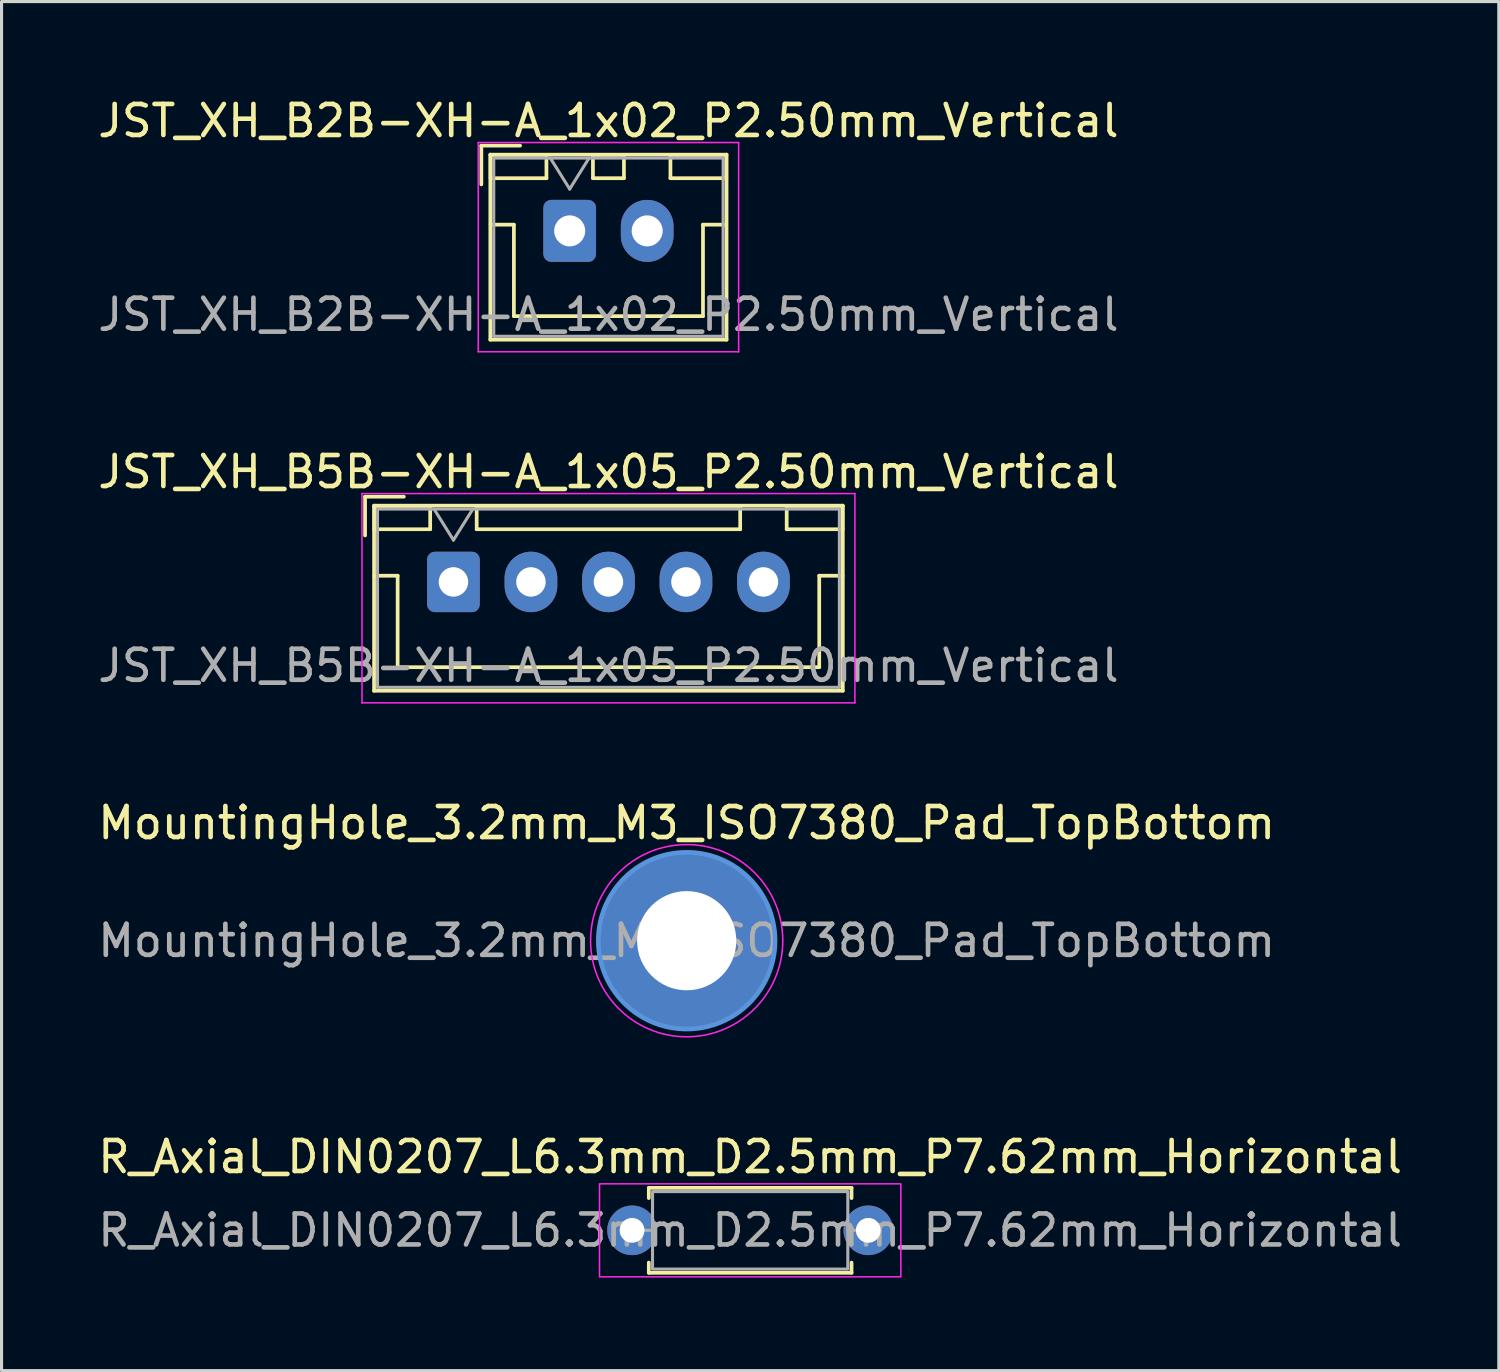
<source format=kicad_pcb>
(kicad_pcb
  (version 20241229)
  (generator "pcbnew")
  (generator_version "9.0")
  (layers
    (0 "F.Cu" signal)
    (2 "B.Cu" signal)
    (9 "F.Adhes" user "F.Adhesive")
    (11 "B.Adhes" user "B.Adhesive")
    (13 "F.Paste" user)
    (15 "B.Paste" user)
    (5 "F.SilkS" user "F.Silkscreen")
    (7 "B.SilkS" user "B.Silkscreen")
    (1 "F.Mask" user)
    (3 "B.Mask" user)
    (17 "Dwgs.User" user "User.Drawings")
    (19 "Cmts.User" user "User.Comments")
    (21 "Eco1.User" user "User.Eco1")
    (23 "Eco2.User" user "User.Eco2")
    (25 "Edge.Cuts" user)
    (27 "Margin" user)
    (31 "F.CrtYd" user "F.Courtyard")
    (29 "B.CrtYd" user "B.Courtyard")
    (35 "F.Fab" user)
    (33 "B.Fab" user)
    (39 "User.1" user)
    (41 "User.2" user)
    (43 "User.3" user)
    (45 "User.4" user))
  (footprint "JST_XH_B5B-XH-A_1x05_P2.50mm_Vertical"
    (layer "F.Cu")
    (at 11.577 15.722)
    (property "Reference" "JST_XH_B5B-XH-A_1x05_P2.50mm_Vertical" (at 5 -3.55 0) (layer "F.SilkS") (effects (font (size 1 1) (thickness 0.15))))
    (attr through_hole)
    (fp_line (start -2.85 -2.75) (end -2.85 -1.5) (stroke (width 0.12) (type solid)) (layer "F.SilkS"))
    (fp_line (start -2.56 -2.46) (end -2.56 3.51) (stroke (width 0.12) (type solid)) (layer "F.SilkS"))
    (fp_line (start -2.56 3.51) (end 12.56 3.51) (stroke (width 0.12) (type solid)) (layer "F.SilkS"))
    (fp_line (start -2.55 -2.45) (end -2.55 -1.7) (stroke (width 0.12) (type solid)) (layer "F.SilkS"))
    (fp_line (start -2.55 -1.7) (end -0.75 -1.7) (stroke (width 0.12) (type solid)) (layer "F.SilkS"))
    (fp_line (start -2.55 -0.2) (end -1.8 -0.2) (stroke (width 0.12) (type solid)) (layer "F.SilkS"))
    (fp_line (start -1.8 -0.2) (end -1.8 2.75) (stroke (width 0.12) (type solid)) (layer "F.SilkS"))
    (fp_line (start -1.8 2.75) (end 5 2.75) (stroke (width 0.12) (type solid)) (layer "F.SilkS"))
    (fp_line (start -1.6 -2.75) (end -2.85 -2.75) (stroke (width 0.12) (type solid)) (layer "F.SilkS"))
    (fp_line (start -0.75 -2.45) (end -2.55 -2.45) (stroke (width 0.12) (type solid)) (layer "F.SilkS"))
    (fp_line (start -0.75 -1.7) (end -0.75 -2.45) (stroke (width 0.12) (type solid)) (layer "F.SilkS"))
    (fp_line (start 0.75 -2.45) (end 0.75 -1.7) (stroke (width 0.12) (type solid)) (layer "F.SilkS"))
    (fp_line (start 0.75 -1.7) (end 9.25 -1.7) (stroke (width 0.12) (type solid)) (layer "F.SilkS"))
    (fp_line (start 9.25 -2.45) (end 0.75 -2.45) (stroke (width 0.12) (type solid)) (layer "F.SilkS"))
    (fp_line (start 9.25 -1.7) (end 9.25 -2.45) (stroke (width 0.12) (type solid)) (layer "F.SilkS"))
    (fp_line (start 10.75 -2.45) (end 10.75 -1.7) (stroke (width 0.12) (type solid)) (layer "F.SilkS"))
    (fp_line (start 10.75 -1.7) (end 12.55 -1.7) (stroke (width 0.12) (type solid)) (layer "F.SilkS"))
    (fp_line (start 11.8 -0.2) (end 11.8 2.75) (stroke (width 0.12) (type solid)) (layer "F.SilkS"))
    (fp_line (start 11.8 2.75) (end 5 2.75) (stroke (width 0.12) (type solid)) (layer "F.SilkS"))
    (fp_line (start 12.55 -2.45) (end 10.75 -2.45) (stroke (width 0.12) (type solid)) (layer "F.SilkS"))
    (fp_line (start 12.55 -1.7) (end 12.55 -2.45) (stroke (width 0.12) (type solid)) (layer "F.SilkS"))
    (fp_line (start 12.55 -0.2) (end 11.8 -0.2) (stroke (width 0.12) (type solid)) (layer "F.SilkS"))
    (fp_line (start 12.56 -2.46) (end -2.56 -2.46) (stroke (width 0.12) (type solid)) (layer "F.SilkS"))
    (fp_line (start 12.56 3.51) (end 12.56 -2.46) (stroke (width 0.12) (type solid)) (layer "F.SilkS"))
    (fp_line (start -2.95 -2.85) (end -2.95 3.9) (stroke (width 0.05) (type solid)) (layer "F.CrtYd"))
    (fp_line (start -2.95 3.9) (end 12.95 3.9) (stroke (width 0.05) (type solid)) (layer "F.CrtYd"))
    (fp_line (start 12.95 -2.85) (end -2.95 -2.85) (stroke (width 0.05) (type solid)) (layer "F.CrtYd"))
    (fp_line (start 12.95 3.9) (end 12.95 -2.85) (stroke (width 0.05) (type solid)) (layer "F.CrtYd"))
    (fp_line (start -2.45 -2.35) (end -2.45 3.4) (stroke (width 0.1) (type solid)) (layer "F.Fab"))
    (fp_line (start -2.45 3.4) (end 12.45 3.4) (stroke (width 0.1) (type solid)) (layer "F.Fab"))
    (fp_line (start -0.625 -2.35) (end 0 -1.35) (stroke (width 0.1) (type solid)) (layer "F.Fab"))
    (fp_line (start 0 -1.35) (end 0.625 -2.35) (stroke (width 0.1) (type solid)) (layer "F.Fab"))
    (fp_line (start 12.45 -2.35) (end -2.45 -2.35) (stroke (width 0.1) (type solid)) (layer "F.Fab"))
    (fp_line (start 12.45 3.4) (end 12.45 -2.35) (stroke (width 0.1) (type solid)) (layer "F.Fab"))
    (fp_text user "${REFERENCE}" (at 5 2.7 0) (layer "F.Fab") (effects (font (size 1 1) (thickness 0.15))))
    (pad "1" thru_hole roundrect (at 0 0) (size 1.7 1.95) (drill 0.95) (layers "*.Cu" "*.Mask") (roundrect_rratio 0.147))
    (pad "2" thru_hole oval (at 2.5 0) (size 1.7 1.95) (drill 0.95) (layers "*.Cu" "*.Mask"))
    (pad "3" thru_hole oval (at 5 0) (size 1.7 1.95) (drill 0.95) (layers "*.Cu" "*.Mask"))
    (pad "4" thru_hole oval (at 7.5 0) (size 1.7 1.95) (drill 0.95) (layers "*.Cu" "*.Mask"))
    (pad "5" thru_hole oval (at 10 0) (size 1.7 1.95) (drill 0.95) (layers "*.Cu" "*.Mask")))
  (footprint "JST_XH_B2B-XH-A_1x02_P2.50mm_Vertical"
    (layer "F.Cu")
    (at 15.327 4.398)
    (property "Reference" "JST_XH_B2B-XH-A_1x02_P2.50mm_Vertical" (at 1.25 -3.55 0) (layer "F.SilkS") (effects (font (size 1 1) (thickness 0.15))))
    (attr through_hole)
    (fp_line (start -2.85 -2.75) (end -2.85 -1.5) (stroke (width 0.12) (type solid)) (layer "F.SilkS"))
    (fp_line (start -2.56 -2.46) (end -2.56 3.51) (stroke (width 0.12) (type solid)) (layer "F.SilkS"))
    (fp_line (start -2.56 3.51) (end 5.06 3.51) (stroke (width 0.12) (type solid)) (layer "F.SilkS"))
    (fp_line (start -2.55 -2.45) (end -2.55 -1.7) (stroke (width 0.12) (type solid)) (layer "F.SilkS"))
    (fp_line (start -2.55 -1.7) (end -0.75 -1.7) (stroke (width 0.12) (type solid)) (layer "F.SilkS"))
    (fp_line (start -2.55 -0.2) (end -1.8 -0.2) (stroke (width 0.12) (type solid)) (layer "F.SilkS"))
    (fp_line (start -1.8 -0.2) (end -1.8 2.75) (stroke (width 0.12) (type solid)) (layer "F.SilkS"))
    (fp_line (start -1.8 2.75) (end 1.25 2.75) (stroke (width 0.12) (type solid)) (layer "F.SilkS"))
    (fp_line (start -1.6 -2.75) (end -2.85 -2.75) (stroke (width 0.12) (type solid)) (layer "F.SilkS"))
    (fp_line (start -0.75 -2.45) (end -2.55 -2.45) (stroke (width 0.12) (type solid)) (layer "F.SilkS"))
    (fp_line (start -0.75 -1.7) (end -0.75 -2.45) (stroke (width 0.12) (type solid)) (layer "F.SilkS"))
    (fp_line (start 0.75 -2.45) (end 0.75 -1.7) (stroke (width 0.12) (type solid)) (layer "F.SilkS"))
    (fp_line (start 0.75 -1.7) (end 1.75 -1.7) (stroke (width 0.12) (type solid)) (layer "F.SilkS"))
    (fp_line (start 1.75 -2.45) (end 0.75 -2.45) (stroke (width 0.12) (type solid)) (layer "F.SilkS"))
    (fp_line (start 1.75 -1.7) (end 1.75 -2.45) (stroke (width 0.12) (type solid)) (layer "F.SilkS"))
    (fp_line (start 3.25 -2.45) (end 3.25 -1.7) (stroke (width 0.12) (type solid)) (layer "F.SilkS"))
    (fp_line (start 3.25 -1.7) (end 5.05 -1.7) (stroke (width 0.12) (type solid)) (layer "F.SilkS"))
    (fp_line (start 4.3 -0.2) (end 4.3 2.75) (stroke (width 0.12) (type solid)) (layer "F.SilkS"))
    (fp_line (start 4.3 2.75) (end 1.25 2.75) (stroke (width 0.12) (type solid)) (layer "F.SilkS"))
    (fp_line (start 5.05 -2.45) (end 3.25 -2.45) (stroke (width 0.12) (type solid)) (layer "F.SilkS"))
    (fp_line (start 5.05 -1.7) (end 5.05 -2.45) (stroke (width 0.12) (type solid)) (layer "F.SilkS"))
    (fp_line (start 5.05 -0.2) (end 4.3 -0.2) (stroke (width 0.12) (type solid)) (layer "F.SilkS"))
    (fp_line (start 5.06 -2.46) (end -2.56 -2.46) (stroke (width 0.12) (type solid)) (layer "F.SilkS"))
    (fp_line (start 5.06 3.51) (end 5.06 -2.46) (stroke (width 0.12) (type solid)) (layer "F.SilkS"))
    (fp_line (start -2.95 -2.85) (end -2.95 3.9) (stroke (width 0.05) (type solid)) (layer "F.CrtYd"))
    (fp_line (start -2.95 3.9) (end 5.45 3.9) (stroke (width 0.05) (type solid)) (layer "F.CrtYd"))
    (fp_line (start 5.45 -2.85) (end -2.95 -2.85) (stroke (width 0.05) (type solid)) (layer "F.CrtYd"))
    (fp_line (start 5.45 3.9) (end 5.45 -2.85) (stroke (width 0.05) (type solid)) (layer "F.CrtYd"))
    (fp_line (start -2.45 -2.35) (end -2.45 3.4) (stroke (width 0.1) (type solid)) (layer "F.Fab"))
    (fp_line (start -2.45 3.4) (end 4.95 3.4) (stroke (width 0.1) (type solid)) (layer "F.Fab"))
    (fp_line (start -0.625 -2.35) (end 0 -1.35) (stroke (width 0.1) (type solid)) (layer "F.Fab"))
    (fp_line (start 0 -1.35) (end 0.625 -2.35) (stroke (width 0.1) (type solid)) (layer "F.Fab"))
    (fp_line (start 4.95 -2.35) (end -2.45 -2.35) (stroke (width 0.1) (type solid)) (layer "F.Fab"))
    (fp_line (start 4.95 3.4) (end 4.95 -2.35) (stroke (width 0.1) (type solid)) (layer "F.Fab"))
    (fp_text user "${REFERENCE}" (at 1.25 2.7 0) (layer "F.Fab") (effects (font (size 1 1) (thickness 0.15))))
    (pad "1" thru_hole roundrect (at 0 0) (size 1.7 2) (drill 1) (layers "*.Cu" "*.Mask") (roundrect_rratio 0.147))
    (pad "2" thru_hole oval (at 2.5 0) (size 1.7 2) (drill 1) (layers "*.Cu" "*.Mask")))
  (footprint "R_Axial_DIN0207_L6.3mm_D2.5mm_P7.62mm_Horizontal"
    (layer "F.Cu")
    (at 17.339 36.638)
    (property "Reference" "R_Axial_DIN0207_L6.3mm_D2.5mm_P7.62mm_Horizontal" (at 3.81 -2.37 0) (layer "F.SilkS") (effects (font (size 1 1) (thickness 0.15))))
    (attr through_hole)
    (fp_line (start 0.54 -1.37) (end 7.08 -1.37) (stroke (width 0.12) (type solid)) (layer "F.SilkS"))
    (fp_line (start 0.54 -1.04) (end 0.54 -1.37) (stroke (width 0.12) (type solid)) (layer "F.SilkS"))
    (fp_line (start 0.54 1.04) (end 0.54 1.37) (stroke (width 0.12) (type solid)) (layer "F.SilkS"))
    (fp_line (start 0.54 1.37) (end 7.08 1.37) (stroke (width 0.12) (type solid)) (layer "F.SilkS"))
    (fp_line (start 7.08 -1.37) (end 7.08 -1.04) (stroke (width 0.12) (type solid)) (layer "F.SilkS"))
    (fp_line (start 7.08 1.37) (end 7.08 1.04) (stroke (width 0.12) (type solid)) (layer "F.SilkS"))
    (fp_rect (start -1.05 -1.5) (end 8.67 1.5) (stroke (width 0.05) (type solid)) (fill no) (layer "F.CrtYd"))
    (fp_line (start 0 0) (end 0.66 0) (stroke (width 0.1) (type solid)) (layer "F.Fab"))
    (fp_line (start 7.62 0) (end 6.96 0) (stroke (width 0.1) (type solid)) (layer "F.Fab"))
    (fp_rect (start 0.66 -1.25) (end 6.96 1.25) (stroke (width 0.1) (type solid)) (fill no) (layer "F.Fab"))
    (fp_text user "${REFERENCE}" (at 3.81 0 0) (layer "F.Fab") (effects (font (size 1 1) (thickness 0.15))))
    (pad "1" thru_hole circle (at 0 0) (size 1.6 1.6) (drill 0.8) (layers "*.Cu" "*.Mask"))
    (pad "2" thru_hole circle (at 7.62 0) (size 1.6 1.6) (drill 0.8) (layers "*.Cu" "*.Mask")))
  (footprint "MountingHole_3.2mm_M3_ISO7380_Pad_TopBottom"
    (layer "F.Cu")
    (at 19.101 27.295)
    (property "Reference" "MountingHole_3.2mm_M3_ISO7380_Pad_TopBottom" (at 0 -3.8 0) (layer "F.SilkS") (effects (font (size 1 1) (thickness 0.15))))
    (attr board_only exclude_from_pos_files exclude_from_bom)
    (fp_circle (center 0 0) (end 2.85 0) (stroke (width 0.15) (type solid)) (fill no) (layer "Cmts.User"))
    (fp_circle (center 0 0) (end 3.1 0) (stroke (width 0.05) (type solid)) (fill no) (layer "F.CrtYd"))
    (fp_text user "${REFERENCE}" (at 0 0 0) (layer "F.Fab") (effects (font (size 1 1) (thickness 0.15))))
    (pad "1" thru_hole circle (at 0 0) (size 3.6 3.6) (drill 3.2) (layers "*.Cu" "*.Mask"))
    (pad "1" connect circle (at 0 0) (size 5.7 5.7) (layers "F.Cu" "F.Mask"))
    (pad "1" connect circle (at 0 0) (size 5.7 5.7) (layers "B.Cu" "B.Mask")))
  (gr_rect
    (start -3 -3)
    (end 45.298 41.163)
    (stroke (width 0.1) (type default))
    (fill no)
    (layer "Edge.Cuts")))
</source>
